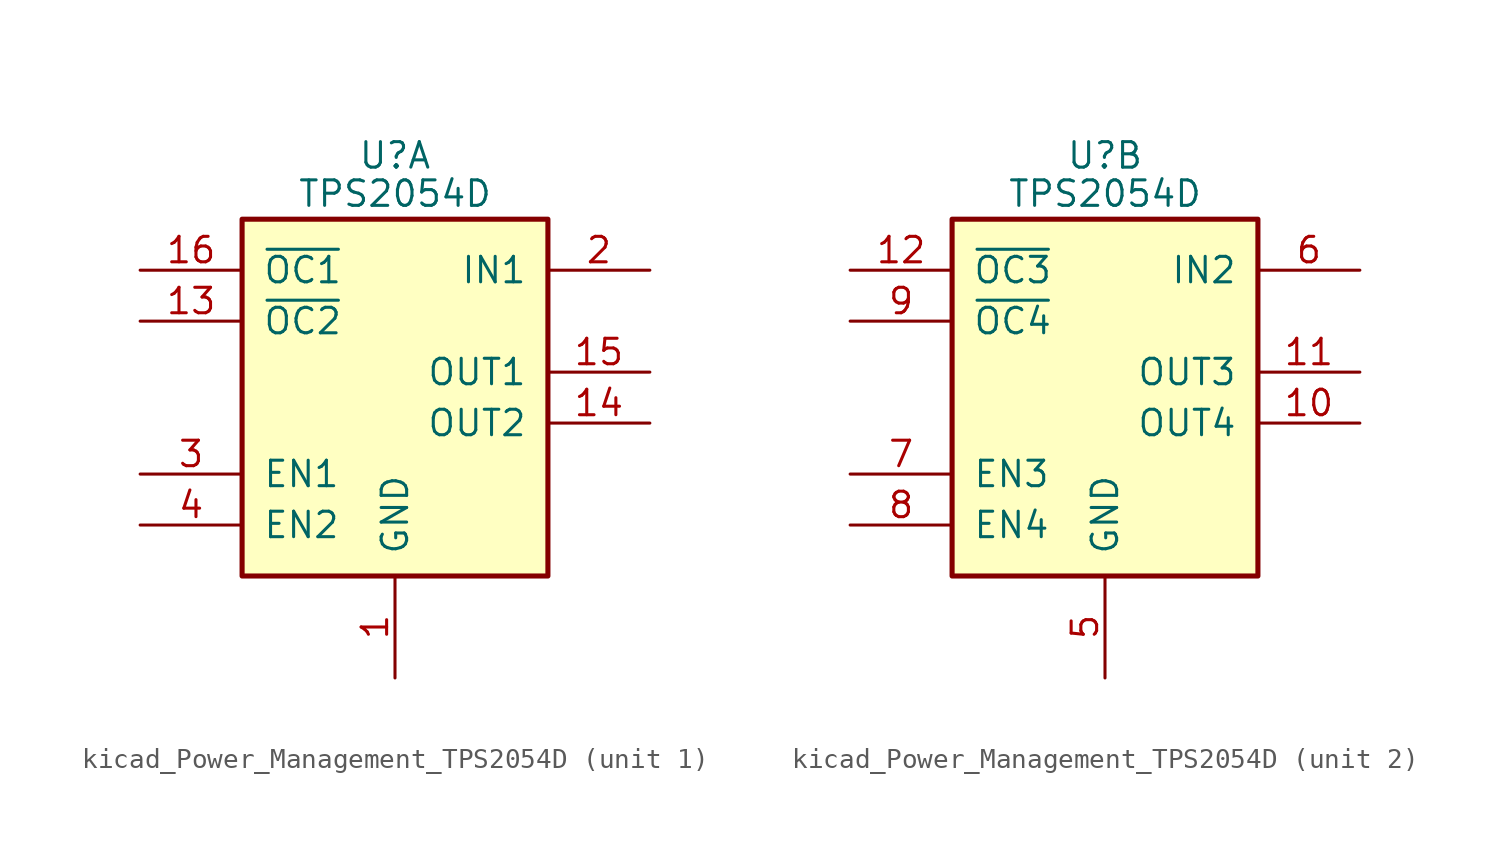
<source format=kicad_sym>
(kicad_symbol_lib
  (version 20220914)
  (generator kicad_symbol_editor)
  (symbol "kicad_Power_Management_TPS2054D"
    (pin_names
      (offset 1.016))
    (property "Reference" "U"
      (at 0 10.795 0)
      (effects (font (size 1.27 1.27))))
    (property "Value" "TPS2054D"
      (at 0 8.89 0)
      (effects (font (size 1.27 1.27))))
    (property "ki_locked" ""
      (at 0 0 0)
      (effects (font (size 1.27 1.27))))
    (symbol "kicad_Power_Management_TPS2054D_0_1"
      (rectangle (start -7.62 7.62) (end 7.62 -10.16) (stroke (width 0.254) (type default)) (fill (type background))))
    (symbol "kicad_Power_Management_TPS2054D_1_1"
      (pin power_in line (at 0 -15.24 90) (length 5.08) (name "GND" (effects (font (size 1.27 1.27)))) (number "1" (effects (font (size 1.27 1.27)))))
      (pin open_collector line (at -12.7 2.54 0) (length 5.08) (name "~{OC2}" (effects (font (size 1.27 1.27)))) (number "13" (effects (font (size 1.27 1.27)))))
      (pin passive line (at 12.7 -2.54 180) (length 5.08) (name "OUT2" (effects (font (size 1.27 1.27)))) (number "14" (effects (font (size 1.27 1.27)))))
      (pin passive line (at 12.7 0 180) (length 5.08) (name "OUT1" (effects (font (size 1.27 1.27)))) (number "15" (effects (font (size 1.27 1.27)))))
      (pin open_collector line (at -12.7 5.08 0) (length 5.08) (name "~{OC1}" (effects (font (size 1.27 1.27)))) (number "16" (effects (font (size 1.27 1.27)))))
      (pin passive line (at 12.7 5.08 180) (length 5.08) (name "IN1" (effects (font (size 1.27 1.27)))) (number "2" (effects (font (size 1.27 1.27)))))
      (pin input line (at -12.7 -5.08 0) (length 5.08) (name "EN1" (effects (font (size 1.27 1.27)))) (number "3" (effects (font (size 1.27 1.27)))))
      (pin input line (at -12.7 -7.62 0) (length 5.08) (name "EN2" (effects (font (size 1.27 1.27)))) (number "4" (effects (font (size 1.27 1.27))))))
    (symbol "kicad_Power_Management_TPS2054D_2_1"
      (pin passive line (at 12.7 -2.54 180) (length 5.08) (name "OUT4" (effects (font (size 1.27 1.27)))) (number "10" (effects (font (size 1.27 1.27)))))
      (pin passive line (at 12.7 0 180) (length 5.08) (name "OUT3" (effects (font (size 1.27 1.27)))) (number "11" (effects (font (size 1.27 1.27)))))
      (pin open_collector line (at -12.7 5.08 0) (length 5.08) (name "~{OC3}" (effects (font (size 1.27 1.27)))) (number "12" (effects (font (size 1.27 1.27)))))
      (pin power_in line (at 0 -15.24 90) (length 5.08) (name "GND" (effects (font (size 1.27 1.27)))) (number "5" (effects (font (size 1.27 1.27)))))
      (pin passive line (at 12.7 5.08 180) (length 5.08) (name "IN2" (effects (font (size 1.27 1.27)))) (number "6" (effects (font (size 1.27 1.27)))))
      (pin input line (at -12.7 -5.08 0) (length 5.08) (name "EN3" (effects (font (size 1.27 1.27)))) (number "7" (effects (font (size 1.27 1.27)))))
      (pin input line (at -12.7 -7.62 0) (length 5.08) (name "EN4" (effects (font (size 1.27 1.27)))) (number "8" (effects (font (size 1.27 1.27)))))
      (pin open_collector line (at -12.7 2.54 0) (length 5.08) (name "~{OC4}" (effects (font (size 1.27 1.27)))) (number "9" (effects (font (size 1.27 1.27))))))))
</source>
